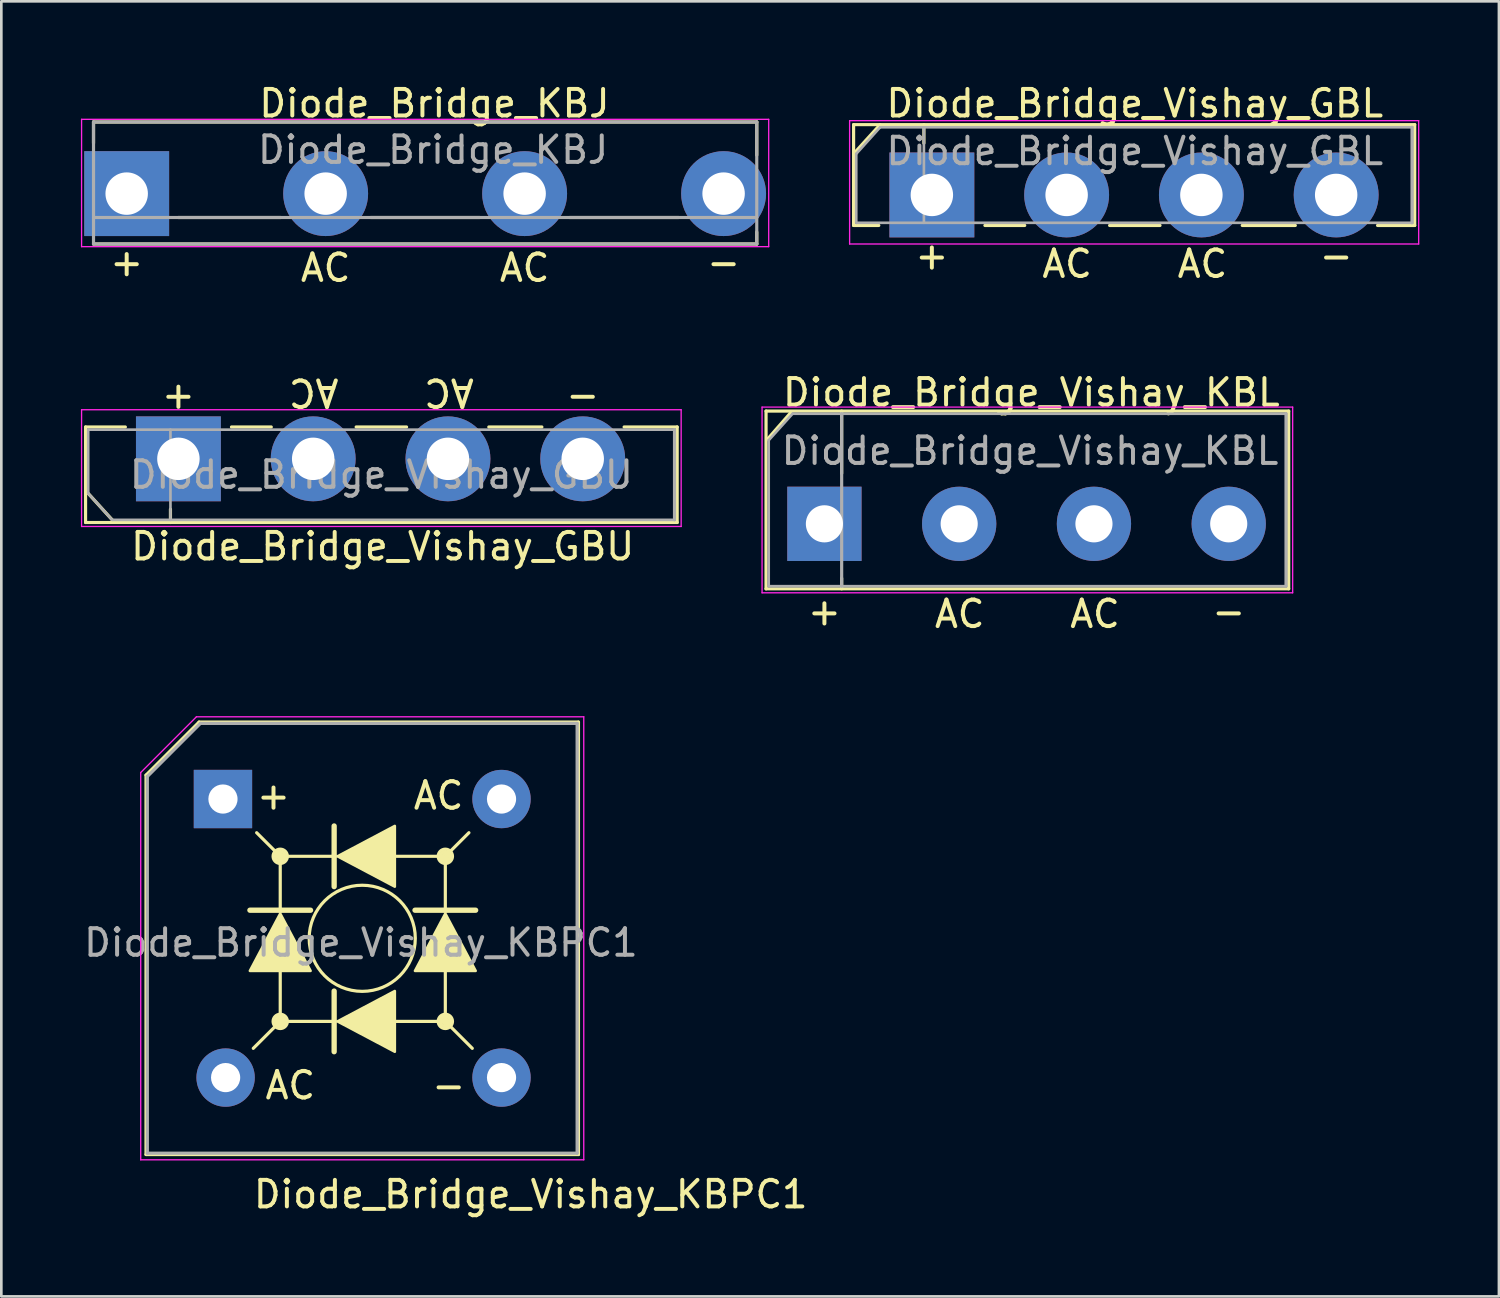
<source format=kicad_pcb>
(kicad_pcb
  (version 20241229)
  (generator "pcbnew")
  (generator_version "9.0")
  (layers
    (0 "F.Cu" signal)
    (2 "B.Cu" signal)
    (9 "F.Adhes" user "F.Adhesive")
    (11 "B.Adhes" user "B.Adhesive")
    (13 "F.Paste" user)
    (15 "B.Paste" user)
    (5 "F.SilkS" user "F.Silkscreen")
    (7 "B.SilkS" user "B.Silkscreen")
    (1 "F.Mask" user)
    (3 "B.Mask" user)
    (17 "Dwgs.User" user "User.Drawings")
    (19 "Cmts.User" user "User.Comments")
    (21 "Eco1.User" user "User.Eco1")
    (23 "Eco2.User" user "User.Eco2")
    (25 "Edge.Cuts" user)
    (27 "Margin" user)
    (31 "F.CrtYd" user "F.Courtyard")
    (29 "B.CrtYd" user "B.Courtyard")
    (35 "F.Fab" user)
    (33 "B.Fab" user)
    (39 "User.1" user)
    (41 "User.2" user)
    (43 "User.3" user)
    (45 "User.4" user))
  (footprint "Diode_Bridge_Vishay_GBU"
    (layer "F.Cu")
    (at 3.675 14.245)
    (property "Reference" "Diode_Bridge_Vishay_GBU" (at 7.7 3.3 180) (layer "F.SilkS") (effects (font (size 1 1) (thickness 0.15))))
    (fp_line (start -3.5 -1.2) (end -2 -1.2) (stroke (width 0.12) (type solid)) (layer "F.SilkS"))
    (fp_line (start -3.5 2.4) (end -3.5 -1.2) (stroke (width 0.12) (type solid)) (layer "F.SilkS"))
    (fp_line (start -3.45 1.25) (end -2.45 2.35) (stroke (width 0.12) (type solid)) (layer "F.SilkS"))
    (fp_line (start -0.3 2.4) (end -0.3 1.9) (stroke (width 0.12) (type solid)) (layer "F.SilkS"))
    (fp_line (start 2 -1.2) (end 3.5 -1.2) (stroke (width 0.12) (type solid)) (layer "F.SilkS"))
    (fp_line (start 6.7 -1.2) (end 8.6 -1.2) (stroke (width 0.12) (type solid)) (layer "F.SilkS"))
    (fp_line (start 11.7 -1.2) (end 13.7 -1.2) (stroke (width 0.12) (type solid)) (layer "F.SilkS"))
    (fp_line (start 16.8 -1.2) (end 18.8 -1.2) (stroke (width 0.12) (type solid)) (layer "F.SilkS"))
    (fp_line (start 18.8 -1.2) (end 18.8 2.4) (stroke (width 0.12) (type solid)) (layer "F.SilkS"))
    (fp_line (start 18.8 2.4) (end -3.5 2.4) (stroke (width 0.12) (type solid)) (layer "F.SilkS"))
    (fp_line (start -3.65 2.55) (end -3.65 -1.85) (stroke (width 0.05) (type solid)) (layer "F.CrtYd"))
    (fp_line (start -3.65 2.55) (end 18.95 2.55) (stroke (width 0.05) (type solid)) (layer "F.CrtYd"))
    (fp_line (start 18.95 -1.85) (end -3.65 -1.85) (stroke (width 0.05) (type solid)) (layer "F.CrtYd"))
    (fp_line (start 18.95 -1.85) (end 18.95 2.55) (stroke (width 0.05) (type solid)) (layer "F.CrtYd"))
    (fp_line (start -3.4 -1.1) (end 18.7 -1.1) (stroke (width 0.1) (type solid)) (layer "F.Fab"))
    (fp_line (start -3.4 1.3) (end -3.4 -1.1) (stroke (width 0.1) (type solid)) (layer "F.Fab"))
    (fp_line (start -2.5 2.3) (end -3.4 1.3) (stroke (width 0.1) (type solid)) (layer "F.Fab"))
    (fp_line (start -0.3 2.3) (end -0.3 -1.1) (stroke (width 0.1) (type solid)) (layer "F.Fab"))
    (fp_line (start 18.7 -1.1) (end 18.7 2.3) (stroke (width 0.12) (type solid)) (layer "F.Fab"))
    (fp_line (start 18.7 2.3) (end -2.5 2.3) (stroke (width 0.1) (type solid)) (layer "F.Fab"))
    (fp_text user "AC" (at 10.2 -2.5 180) (unlocked yes) (layer "F.SilkS") (effects (font (size 1 1) (thickness 0.15))))
    (fp_text user "-" (at 15.24 -2.413 0) (layer "F.SilkS") (effects (font (size 1 1) (thickness 0.15))))
    (fp_text user "+" (at 0 -2.413 0) (layer "F.SilkS") (effects (font (size 1 1) (thickness 0.15))))
    (fp_text user "AC" (at 5.1 -2.5 180) (unlocked yes) (layer "F.SilkS") (effects (font (size 1 1) (thickness 0.15))))
    (fp_text user "${REFERENCE}" (at 7.65 0.6 180) (layer "F.Fab") (effects (font (size 1 1) (thickness 0.15))))
    (pad "1" thru_hole rect (at 0 0) (size 3.2 3.2) (drill 1.6) (layers "*.Cu" "*.Mask"))
    (pad "2" thru_hole circle (at 5.08 0) (size 3.2 3.2) (drill 1.6) (layers "*.Cu" "*.Mask"))
    (pad "3" thru_hole circle (at 10.16 0) (size 3.2 3.2) (drill 1.6) (layers "*.Cu" "*.Mask"))
    (pad "4" thru_hole circle (at 15.24 0) (size 3.2 3.2) (drill 1.6) (layers "*.Cu" "*.Mask")))
  (footprint "Diode_Bridge_KBJ"
    (layer "F.Cu")
    (at 1.725 4.248)
    (property "Reference" "Diode_Bridge_KBJ" (at 11.6 -3.4 0) (layer "F.SilkS") (effects (font (size 1 1) (thickness 0.15))))
    (fp_line (start -1.25 -2.7) (end -1.25 -1.9) (stroke (width 0.12) (type solid)) (layer "F.SilkS"))
    (fp_line (start -1.25 -2.7) (end 23.75 -2.7) (stroke (width 0.12) (type solid)) (layer "F.SilkS"))
    (fp_line (start 1.95 0.9) (end 5.8 0.9) (stroke (width 0.12) (type solid)) (layer "F.SilkS"))
    (fp_line (start 9.2 0.9) (end 13.3 0.9) (stroke (width 0.12) (type solid)) (layer "F.SilkS"))
    (fp_line (start 16.7 0.9) (end 20.8 0.9) (stroke (width 0.12) (type solid)) (layer "F.SilkS"))
    (fp_line (start 23.75 -2.7) (end 23.75 -1.45) (stroke (width 0.12) (type solid)) (layer "F.SilkS"))
    (fp_line (start 23.75 1.45) (end 23.75 1.9) (stroke (width 0.12) (type solid)) (layer "F.SilkS"))
    (fp_line (start 23.75 1.9) (end -1.25 1.9) (stroke (width 0.12) (type solid)) (layer "F.SilkS"))
    (fp_line (start -1.7 -2.8) (end -1.7 2) (stroke (width 0.05) (type solid)) (layer "F.CrtYd"))
    (fp_line (start -1.7 2) (end 24.2 2) (stroke (width 0.05) (type solid)) (layer "F.CrtYd"))
    (fp_line (start 24.2 -2.8) (end -1.7 -2.8) (stroke (width 0.05) (type solid)) (layer "F.CrtYd"))
    (fp_line (start 24.2 2) (end 24.2 -2.8) (stroke (width 0.05) (type solid)) (layer "F.CrtYd"))
    (fp_line (start -1.25 -2.7) (end -1.25 1.9) (stroke (width 0.12) (type solid)) (layer "F.Fab"))
    (fp_line (start -1.25 0.9) (end 23.75 0.9) (stroke (width 0.12) (type solid)) (layer "F.Fab"))
    (fp_line (start -1.25 1.9) (end 23.75 1.9) (stroke (width 0.12) (type solid)) (layer "F.Fab"))
    (fp_line (start 23.75 -2.7) (end -1.25 -2.7) (stroke (width 0.12) (type solid)) (layer "F.Fab"))
    (fp_line (start 23.75 1.9) (end 23.75 -2.7) (stroke (width 0.12) (type solid)) (layer "F.Fab"))
    (fp_text user "AC" (at 15 2.8 0) (layer "F.SilkS") (effects (font (size 1 1) (thickness 0.15))))
    (fp_text user "AC" (at 7.5 2.8 0) (layer "F.SilkS") (effects (font (size 1 1) (thickness 0.15))))
    (fp_text user "+" (at 0 2.586 0) (layer "F.SilkS") (effects (font (size 1 1) (thickness 0.15))))
    (fp_text user "-" (at 22.5 2.586 0) (layer "F.SilkS") (effects (font (size 1 1) (thickness 0.15))))
    (fp_text user "${REFERENCE}" (at 11.55 -1.65 0) (layer "F.Fab") (effects (font (size 1 1) (thickness 0.15))))
    (pad "1" thru_hole rect (at 0 0 180) (size 3.2 3.2) (drill 1.6) (layers "*.Cu" "*.Mask"))
    (pad "2" thru_hole circle (at 7.5 0 180) (size 3.2 3.2) (drill 1.6) (layers "*.Cu" "*.Mask"))
    (pad "3" thru_hole circle (at 15 0 180) (size 3.2 3.2) (drill 1.6) (layers "*.Cu" "*.Mask"))
    (pad "4" thru_hole circle (at 22.5 0 180) (size 3.2 3.2) (drill 1.6) (layers "*.Cu" "*.Mask")))
  (footprint "Diode_Bridge_Vishay_KBPC1"
    (layer "F.Cu")
    (at 5.354 27.068)
    (property "Reference" "Diode_Bridge_Vishay_KBPC1" (at 11.6 14.9 180) (layer "F.SilkS") (effects (font (size 1 1) (thickness 0.15))))
    (attr through_hole)
    (fp_line (start -2.9 -0.9) (end -2.9 13.4) (stroke (width 0.12) (type solid)) (layer "F.SilkS"))
    (fp_line (start -2.9 13.4) (end 13.4 13.4) (stroke (width 0.12) (type solid)) (layer "F.SilkS"))
    (fp_line (start -0.9 -2.9) (end -2.9 -0.9) (stroke (width 0.12) (type solid)) (layer "F.SilkS"))
    (fp_line (start 1.143 9.398) (end 2.159 8.382) (stroke (width 0.12) (type solid)) (layer "F.SilkS"))
    (fp_line (start 1.27 1.27) (end 2.159 2.159) (stroke (width 0.12) (type solid)) (layer "F.SilkS"))
    (fp_line (start 2.159 4.191) (end 1.016 4.191) (stroke (width 0.2) (type solid)) (layer "F.SilkS"))
    (fp_line (start 2.159 4.191) (end 2.159 2.159) (stroke (width 0.12) (type solid)) (layer "F.SilkS"))
    (fp_line (start 2.159 8.128) (end 2.159 6.477) (stroke (width 0.12) (type solid)) (layer "F.SilkS"))
    (fp_line (start 3.302 4.191) (end 2.159 4.191) (stroke (width 0.2) (type solid)) (layer "F.SilkS"))
    (fp_line (start 4.191 1.016) (end 4.191 2.159) (stroke (width 0.2) (type solid)) (layer "F.SilkS"))
    (fp_line (start 4.191 2.159) (end 2.159 2.159) (stroke (width 0.12) (type solid)) (layer "F.SilkS"))
    (fp_line (start 4.191 2.159) (end 4.191 3.302) (stroke (width 0.2) (type solid)) (layer "F.SilkS"))
    (fp_line (start 4.191 7.239) (end 4.191 8.382) (stroke (width 0.2) (type solid)) (layer "F.SilkS"))
    (fp_line (start 4.191 8.382) (end 2.159 8.382) (stroke (width 0.12) (type solid)) (layer "F.SilkS"))
    (fp_line (start 4.191 8.382) (end 4.191 9.525) (stroke (width 0.2) (type solid)) (layer "F.SilkS"))
    (fp_line (start 8.128 2.159) (end 6.477 2.159) (stroke (width 0.12) (type solid)) (layer "F.SilkS"))
    (fp_line (start 8.292 8.382) (end 6.477 8.382) (stroke (width 0.12) (type solid)) (layer "F.SilkS"))
    (fp_line (start 8.382 4.191) (end 7.239 4.191) (stroke (width 0.2) (type solid)) (layer "F.SilkS"))
    (fp_line (start 8.382 4.191) (end 8.382 2.159) (stroke (width 0.12) (type solid)) (layer "F.SilkS"))
    (fp_line (start 8.382 8.382) (end 8.382 6.477) (stroke (width 0.12) (type solid)) (layer "F.SilkS"))
    (fp_line (start 9.271 1.27) (end 8.255 2.286) (stroke (width 0.12) (type solid)) (layer "F.SilkS"))
    (fp_line (start 9.398 9.398) (end 8.382 8.382) (stroke (width 0.12) (type solid)) (layer "F.SilkS"))
    (fp_line (start 9.525 4.191) (end 8.382 4.191) (stroke (width 0.2) (type solid)) (layer "F.SilkS"))
    (fp_line (start 13.4 -2.9) (end -0.9 -2.9) (stroke (width 0.12) (type solid)) (layer "F.SilkS"))
    (fp_line (start 13.4 13.4) (end 13.4 -2.9) (stroke (width 0.12) (type solid)) (layer "F.SilkS"))
    (fp_circle (center 2.159 2.159) (end 2.223 2.095) (stroke (width 0.12) (type solid)) (fill no) (layer "F.SilkS"))
    (fp_circle (center 2.159 2.159) (end 2.286 2.032) (stroke (width 0.12) (type solid)) (fill no) (layer "F.SilkS"))
    (fp_circle (center 2.159 2.159) (end 2.349 1.968) (stroke (width 0.12) (type solid)) (fill no) (layer "F.SilkS"))
    (fp_circle (center 2.159 8.382) (end 2.223 8.319) (stroke (width 0.12) (type solid)) (fill no) (layer "F.SilkS"))
    (fp_circle (center 2.159 8.382) (end 2.286 8.255) (stroke (width 0.12) (type solid)) (fill no) (layer "F.SilkS"))
    (fp_circle (center 2.159 8.382) (end 2.349 8.191) (stroke (width 0.12) (type solid)) (fill no) (layer "F.SilkS"))
    (fp_circle (center 5.25 5.25) (end 5.25 7.25) (stroke (width 0.12) (type solid)) (fill no) (layer "F.SilkS"))
    (fp_circle (center 8.382 2.159) (end 8.445 2.095) (stroke (width 0.12) (type solid)) (fill no) (layer "F.SilkS"))
    (fp_circle (center 8.382 2.159) (end 8.509 2.032) (stroke (width 0.12) (type solid)) (fill no) (layer "F.SilkS"))
    (fp_circle (center 8.382 2.159) (end 8.572 1.968) (stroke (width 0.12) (type solid)) (fill no) (layer "F.SilkS"))
    (fp_circle (center 8.382 8.382) (end 8.445 8.319) (stroke (width 0.12) (type solid)) (fill no) (layer "F.SilkS"))
    (fp_circle (center 8.382 8.382) (end 8.509 8.255) (stroke (width 0.12) (type solid)) (fill no) (layer "F.SilkS"))
    (fp_circle (center 8.382 8.382) (end 8.572 8.191) (stroke (width 0.12) (type solid)) (fill no) (layer "F.SilkS"))
    (fp_poly (pts (xy 3.302 6.477) (xy 1.016 6.477) (xy 2.159 4.318)) (stroke (width 0.1) (type solid)) (fill yes) (layer "F.SilkS"))
    (fp_poly (pts (xy 6.477 1.016) (xy 6.477 3.302) (xy 4.318 2.159)) (stroke (width 0.1) (type solid)) (fill yes) (layer "F.SilkS"))
    (fp_poly (pts (xy 6.477 7.239) (xy 6.477 9.525) (xy 4.318 8.382)) (stroke (width 0.1) (type solid)) (fill yes) (layer "F.SilkS"))
    (fp_poly (pts (xy 9.525 6.477) (xy 7.239 6.477) (xy 8.382 4.318)) (stroke (width 0.1) (type solid)) (fill yes) (layer "F.SilkS"))
    (fp_line (start -3.1 -1) (end -1 -3.1) (stroke (width 0.05) (type solid)) (layer "F.CrtYd"))
    (fp_line (start -3.1 13.6) (end -3.1 -1) (stroke (width 0.05) (type solid)) (layer "F.CrtYd"))
    (fp_line (start -1 -3.1) (end 13.6 -3.1) (stroke (width 0.05) (type solid)) (layer "F.CrtYd"))
    (fp_line (start 13.6 -3.1) (end 13.6 13.6) (stroke (width 0.05) (type solid)) (layer "F.CrtYd"))
    (fp_line (start 13.6 13.6) (end -3.1 13.6) (stroke (width 0.05) (type solid)) (layer "F.CrtYd"))
    (fp_line (start -2.85 -0.85) (end -0.85 -2.85) (stroke (width 0.12) (type solid)) (layer "F.Fab"))
    (fp_line (start -2.85 13.35) (end -2.85 -0.85) (stroke (width 0.12) (type solid)) (layer "F.Fab"))
    (fp_line (start -0.85 -2.85) (end 13.35 -2.85) (stroke (width 0.12) (type solid)) (layer "F.Fab"))
    (fp_line (start 13.35 -2.85) (end 13.35 13.35) (stroke (width 0.12) (type solid)) (layer "F.Fab"))
    (fp_line (start 13.35 13.35) (end -2.85 13.35) (stroke (width 0.12) (type solid)) (layer "F.Fab"))
    (fp_text user "-" (at 8.509 10.795 0) (layer "F.SilkS") (effects (font (size 1 1) (thickness 0.15))))
    (fp_text user "+" (at 1.905 -0.127 0) (layer "F.SilkS") (effects (font (size 1 1) (thickness 0.15))))
    (fp_text user "AC" (at 2.54 10.795 0) (layer "F.SilkS") (effects (font (size 1 1) (thickness 0.15))))
    (fp_text user "AC" (at 8.128 -0.127 0) (layer "F.SilkS") (effects (font (size 1 1) (thickness 0.15))))
    (fp_text user "${REFERENCE}" (at 5.2 5.415 180) (layer "F.Fab") (effects (font (size 1 1) (thickness 0.15))))
    (pad "1" thru_hole rect (at 0 0) (size 2.2 2.2) (drill 1.1) (layers "*.Cu" "*.Mask"))
    (pad "2" thru_hole circle (at 0.1 10.5) (size 2.2 2.2) (drill 1.1) (layers "*.Cu" "*.Mask"))
    (pad "3" thru_hole circle (at 10.5 10.5) (size 2.2 2.2) (drill 1.1) (layers "*.Cu" "*.Mask"))
    (pad "4" thru_hole circle (at 10.5 0) (size 2.2 2.2) (drill 1.1) (layers "*.Cu" "*.Mask")))
  (footprint "Diode_Bridge_Vishay_KBL"
    (layer "F.Cu")
    (at 28.025 16.695)
    (property "Reference" "Diode_Bridge_Vishay_KBL" (at 7.8 -4.95 0) (layer "F.SilkS") (effects (font (size 1 1) (thickness 0.15))))
    (fp_line (start -2.2 -4.25) (end -2.2 2.45) (stroke (width 0.12) (type solid)) (layer "F.SilkS"))
    (fp_line (start -2.2 2.45) (end 17.5 2.45) (stroke (width 0.12) (type solid)) (layer "F.SilkS"))
    (fp_line (start -2.159 -3.175) (end -1.27 -4.191) (stroke (width 0.12) (type solid)) (layer "F.SilkS"))
    (fp_line (start 0.65 -1.9) (end 0.65 -4.25) (stroke (width 0.12) (type solid)) (layer "F.SilkS"))
    (fp_line (start 0.65 2.05) (end 0.65 2.45) (stroke (width 0.12) (type solid)) (layer "F.SilkS"))
    (fp_line (start 17.5 -4.25) (end -2.2 -4.25) (stroke (width 0.12) (type solid)) (layer "F.SilkS"))
    (fp_line (start 17.5 2.45) (end 17.5 -4.25) (stroke (width 0.12) (type solid)) (layer "F.SilkS"))
    (fp_line (start -2.35 -4.4) (end -2.35 2.6) (stroke (width 0.05) (type solid)) (layer "F.CrtYd"))
    (fp_line (start -2.35 -4.4) (end 17.65 -4.4) (stroke (width 0.05) (type solid)) (layer "F.CrtYd"))
    (fp_line (start 17.65 2.6) (end -2.35 2.6) (stroke (width 0.05) (type solid)) (layer "F.CrtYd"))
    (fp_line (start 17.65 2.6) (end 17.65 -4.4) (stroke (width 0.05) (type solid)) (layer "F.CrtYd"))
    (fp_line (start -2.1 -3.15) (end -2.1 2.35) (stroke (width 0.1) (type solid)) (layer "F.Fab"))
    (fp_line (start -2.1 2.35) (end 17.4 2.35) (stroke (width 0.1) (type solid)) (layer "F.Fab"))
    (fp_line (start -1.2 -4.15) (end -2.1 -3.15) (stroke (width 0.1) (type solid)) (layer "F.Fab"))
    (fp_line (start 0.65 -4.15) (end 0.65 2.35) (stroke (width 0.12) (type solid)) (layer "F.Fab"))
    (fp_line (start 17.4 -4.15) (end -1.2 -4.15) (stroke (width 0.1) (type solid)) (layer "F.Fab"))
    (fp_line (start 17.4 2.35) (end 17.4 -4.15) (stroke (width 0.12) (type solid)) (layer "F.Fab"))
    (fp_text user "AC" (at 5.1 3.4 0) (layer "F.SilkS") (effects (font (size 1 1) (thickness 0.15))))
    (fp_text user "AC" (at 10.2 3.4 0) (layer "F.SilkS") (effects (font (size 1 1) (thickness 0.15))))
    (fp_text user "+" (at 0 3.302 0) (layer "F.SilkS") (effects (font (size 1 1) (thickness 0.15))))
    (fp_text user "-" (at 15.24 3.302 0) (layer "F.SilkS") (effects (font (size 1 1) (thickness 0.15))))
    (fp_text user "${REFERENCE}" (at 7.75 -2.75 0) (layer "F.Fab") (effects (font (size 1 1) (thickness 0.15))))
    (pad "1" thru_hole rect (at 0 0) (size 2.8 2.8) (drill 1.4) (layers "*.Cu" "*.Mask"))
    (pad "2" thru_hole circle (at 5.08 0) (size 2.8 2.8) (drill 1.4) (layers "*.Cu" "*.Mask"))
    (pad "3" thru_hole circle (at 10.16 0) (size 2.8 2.8) (drill 1.4) (layers "*.Cu" "*.Mask"))
    (pad "4" thru_hole circle (at 15.24 0) (size 2.8 2.8) (drill 1.4) (layers "*.Cu" "*.Mask")))
  (footprint "Diode_Bridge_Vishay_GBL"
    (layer "F.Cu")
    (at 32.075 4.298)
    (property "Reference" "Diode_Bridge_Vishay_GBL" (at 7.65 -3.45 0) (layer "F.SilkS") (effects (font (size 1 1) (thickness 0.15))))
    (fp_line (start -2.95 -2.65) (end -2.95 1.15) (stroke (width 0.12) (type solid)) (layer "F.SilkS"))
    (fp_line (start -2.95 -1.55) (end -1.95 -2.65) (stroke (width 0.12) (type solid)) (layer "F.SilkS"))
    (fp_line (start -2.95 1.15) (end -2 1.15) (stroke (width 0.12) (type solid)) (layer "F.SilkS"))
    (fp_line (start -0.3 -2.65) (end -0.3 -1.95) (stroke (width 0.12) (type solid)) (layer "F.SilkS"))
    (fp_line (start 2 1.15) (end 3.5 1.15) (stroke (width 0.12) (type solid)) (layer "F.SilkS"))
    (fp_line (start 6.7 1.15) (end 8.6 1.15) (stroke (width 0.12) (type solid)) (layer "F.SilkS"))
    (fp_line (start 11.7 1.15) (end 13.7 1.15) (stroke (width 0.12) (type solid)) (layer "F.SilkS"))
    (fp_line (start 16.8 1.15) (end 18.2 1.15) (stroke (width 0.12) (type solid)) (layer "F.SilkS"))
    (fp_line (start 18.2 -2.65) (end -2.95 -2.65) (stroke (width 0.12) (type solid)) (layer "F.SilkS"))
    (fp_line (start 18.2 1.15) (end 18.2 -2.65) (stroke (width 0.12) (type solid)) (layer "F.SilkS"))
    (fp_line (start -3.1 1.85) (end -3.1 -2.8) (stroke (width 0.05) (type solid)) (layer "F.CrtYd"))
    (fp_line (start -3.1 1.85) (end 18.35 1.85) (stroke (width 0.05) (type solid)) (layer "F.CrtYd"))
    (fp_line (start 18.35 -2.8) (end -3.1 -2.8) (stroke (width 0.05) (type solid)) (layer "F.CrtYd"))
    (fp_line (start 18.35 -2.8) (end 18.35 1.85) (stroke (width 0.05) (type solid)) (layer "F.CrtYd"))
    (fp_line (start -2.85 -1.55) (end -2.85 1.05) (stroke (width 0.1) (type solid)) (layer "F.Fab"))
    (fp_line (start -2.85 1.05) (end 18.1 1.05) (stroke (width 0.1) (type solid)) (layer "F.Fab"))
    (fp_line (start -1.95 -2.55) (end -2.85 -1.55) (stroke (width 0.1) (type solid)) (layer "F.Fab"))
    (fp_line (start -0.3 -2.55) (end -0.3 1.05) (stroke (width 0.1) (type solid)) (layer "F.Fab"))
    (fp_line (start 18.1 -2.55) (end -1.95 -2.55) (stroke (width 0.1) (type solid)) (layer "F.Fab"))
    (fp_line (start 18.1 1.05) (end 18.1 -2.55) (stroke (width 0.12) (type solid)) (layer "F.Fab"))
    (fp_text user "AC" (at 10.2 2.6 0) (layer "F.SilkS") (effects (font (size 1 1) (thickness 0.15))))
    (fp_text user "+" (at 0 2.286 0) (layer "F.SilkS") (effects (font (size 1 1) (thickness 0.15))))
    (fp_text user "AC" (at 5.1 2.6 0) (layer "F.SilkS") (effects (font (size 1 1) (thickness 0.15))))
    (fp_text user "-" (at 15.24 2.286 0) (layer "F.SilkS") (effects (font (size 1 1) (thickness 0.15))))
    (fp_text user "${REFERENCE}" (at 7.65 -1.65 0) (layer "F.Fab") (effects (font (size 1 1) (thickness 0.15))))
    (pad "1" thru_hole rect (at 0 0 180) (size 3.2 3.2) (drill 1.6) (layers "*.Cu" "*.Mask"))
    (pad "2" thru_hole circle (at 5.08 0 180) (size 3.2 3.2) (drill 1.6) (layers "*.Cu" "*.Mask"))
    (pad "3" thru_hole circle (at 10.16 0 180) (size 3.2 3.2) (drill 1.6) (layers "*.Cu" "*.Mask"))
    (pad "4" thru_hole circle (at 15.24 0 180) (size 3.2 3.2) (drill 1.6) (layers "*.Cu" "*.Mask")))
  (gr_rect
    (start -3 -3)
    (end 53.45 45.816)
    (stroke (width 0.1) (type default))
    (fill no)
    (layer "Edge.Cuts")))
</source>
